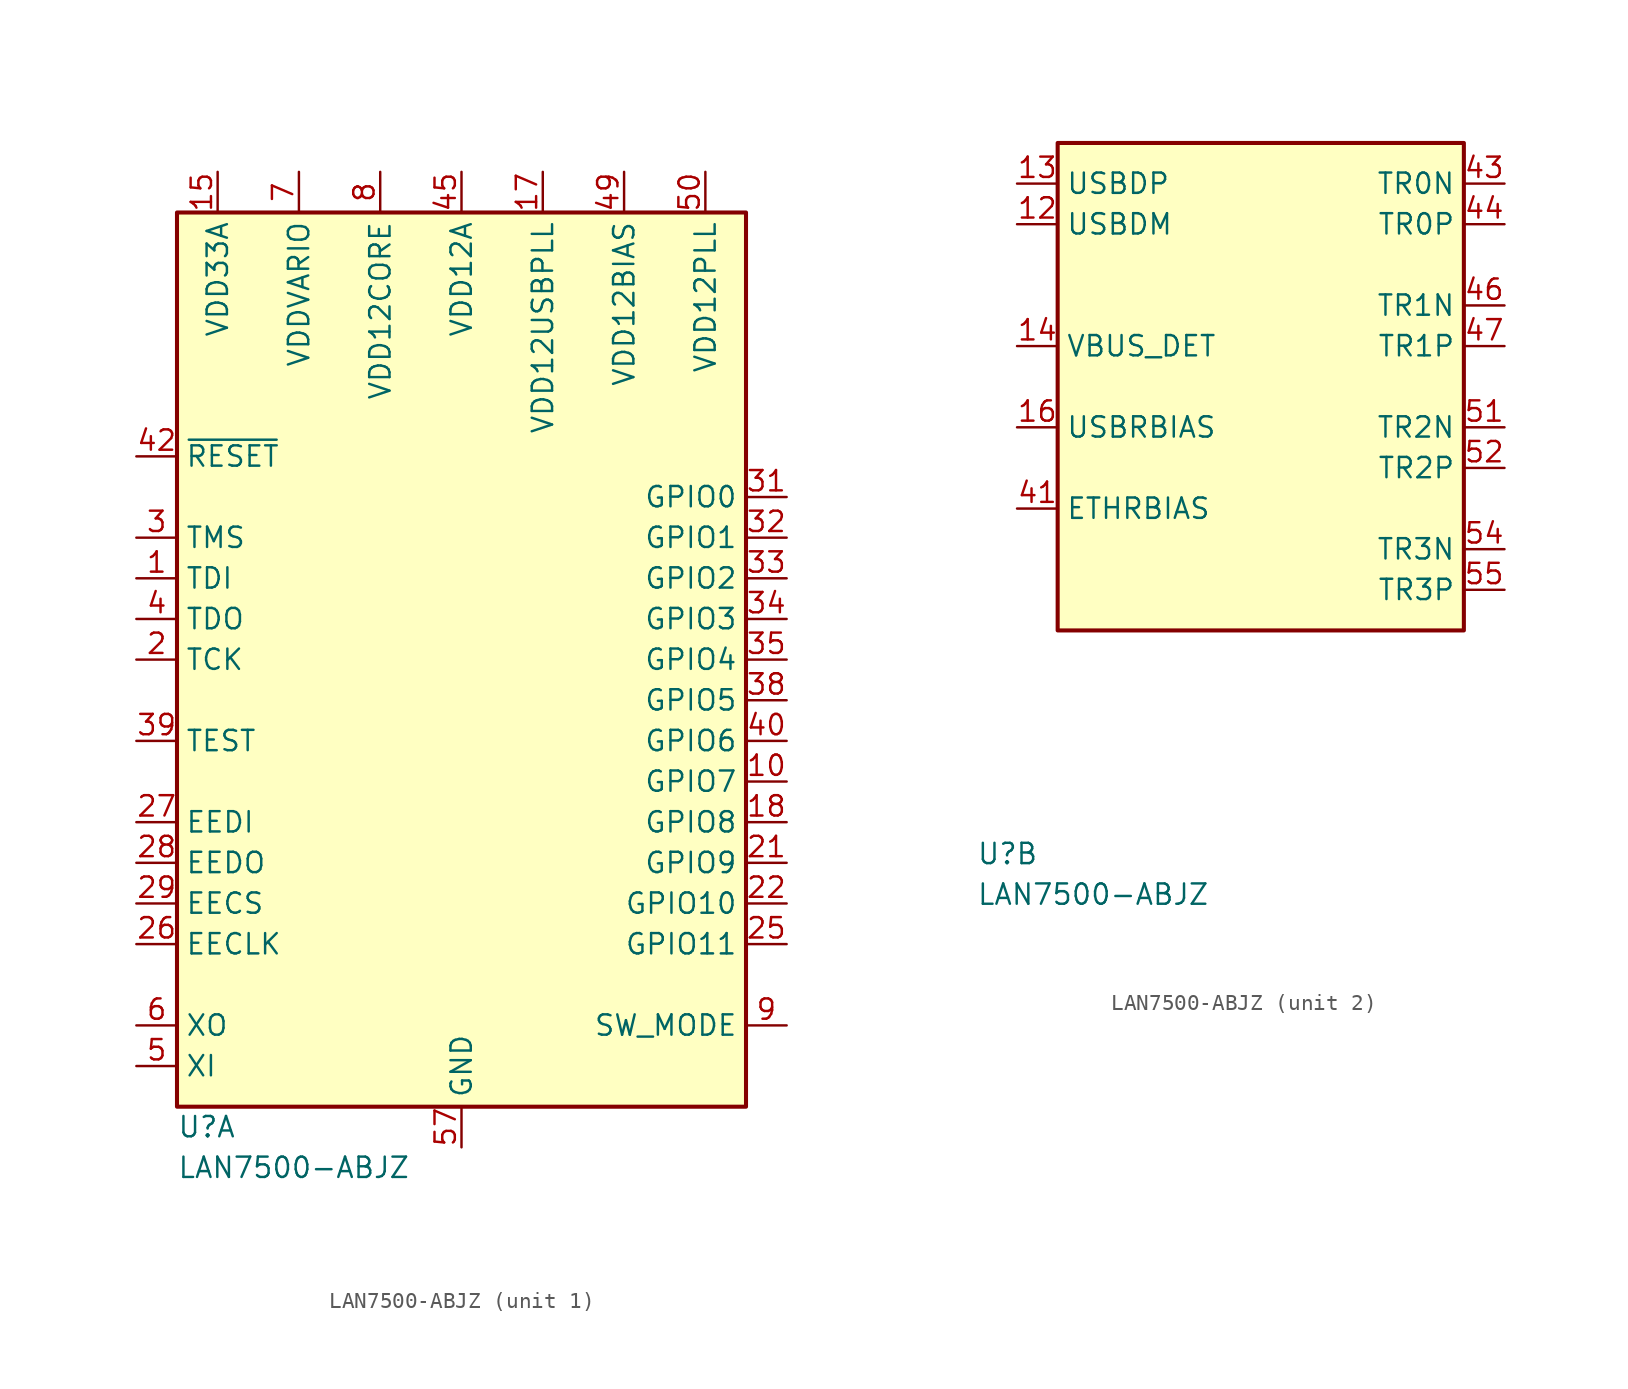
<source format=kicad_sym>
(kicad_symbol_lib
  (version 20211014)
  (generator kicad_symbol_editor)
  (symbol "LAN7500-ABJZ"
    (property "Reference" "U"
      (at -17.78 -29.21 0)
      (effects (font (size 1.27 1.27)) (justify left)))
    (property "Value" "LAN7500-ABJZ"
      (at -17.78 -31.75 0)
      (effects (font (size 1.27 1.27)) (justify left)))
    (property "ki_locked" ""
      (at 0 0 0)
      (effects (font (size 1.27 1.27))))
    (symbol "LAN7500-ABJZ_1_1"
      (rectangle (start -17.78 27.94) (end 17.78 -27.94) (stroke (width 0.254) (type default) (color 0 0 0 0)) (fill (type background)))
      (pin input line (at -20.32 5.08 0) (length 2.54) (name "TDI" (effects (font (size 1.27 1.27)))) (number "1" (effects (font (size 1.27 1.27)))))
      (pin bidirectional line (at 20.32 -7.62 180) (length 2.54) (name "GPIO7" (effects (font (size 1.27 1.27)))) (number "10" (effects (font (size 1.27 1.27)))))
      (pin passive line (at -5.08 30.48 270) (length 2.54) hide (name "VDD12CORE" (effects (font (size 1.27 1.27)))) (number "11" (effects (font (size 1.27 1.27)))))
      (pin power_in line (at -15.24 30.48 270) (length 2.54) (name "VDD33A" (effects (font (size 1.27 1.27)))) (number "15" (effects (font (size 1.27 1.27)))))
      (pin power_in line (at 5.08 30.48 270) (length 2.54) (name "VDD12USBPLL" (effects (font (size 1.27 1.27)))) (number "17" (effects (font (size 1.27 1.27)))))
      (pin bidirectional line (at 20.32 -10.16 180) (length 2.54) (name "GPIO8" (effects (font (size 1.27 1.27)))) (number "18" (effects (font (size 1.27 1.27)))))
      (pin passive line (at -10.16 30.48 270) (length 2.54) hide (name "VDDVARIO" (effects (font (size 1.27 1.27)))) (number "19" (effects (font (size 1.27 1.27)))))
      (pin input line (at -20.32 0 0) (length 2.54) (name "TCK" (effects (font (size 1.27 1.27)))) (number "2" (effects (font (size 1.27 1.27)))))
      (pin passive line (at -5.08 30.48 270) (length 2.54) hide (name "VDD12CORE" (effects (font (size 1.27 1.27)))) (number "20" (effects (font (size 1.27 1.27)))))
      (pin bidirectional line (at 20.32 -12.7 180) (length 2.54) (name "GPIO9" (effects (font (size 1.27 1.27)))) (number "21" (effects (font (size 1.27 1.27)))))
      (pin bidirectional line (at 20.32 -15.24 180) (length 2.54) (name "GPIO10" (effects (font (size 1.27 1.27)))) (number "22" (effects (font (size 1.27 1.27)))))
      (pin passive line (at -5.08 30.48 270) (length 2.54) hide (name "VDD12CORE" (effects (font (size 1.27 1.27)))) (number "23" (effects (font (size 1.27 1.27)))))
      (pin passive line (at -10.16 30.48 270) (length 2.54) hide (name "VDDVARIO" (effects (font (size 1.27 1.27)))) (number "24" (effects (font (size 1.27 1.27)))))
      (pin bidirectional line (at 20.32 -17.78 180) (length 2.54) (name "GPIO11" (effects (font (size 1.27 1.27)))) (number "25" (effects (font (size 1.27 1.27)))))
      (pin output line (at -20.32 -17.78 0) (length 2.54) (name "EECLK" (effects (font (size 1.27 1.27)))) (number "26" (effects (font (size 1.27 1.27)))))
      (pin input line (at -20.32 -10.16 0) (length 2.54) (name "EEDI" (effects (font (size 1.27 1.27)))) (number "27" (effects (font (size 1.27 1.27)))))
      (pin output line (at -20.32 -12.7 0) (length 2.54) (name "EEDO" (effects (font (size 1.27 1.27)))) (number "28" (effects (font (size 1.27 1.27)))))
      (pin output line (at -20.32 -15.24 0) (length 2.54) (name "EECS" (effects (font (size 1.27 1.27)))) (number "29" (effects (font (size 1.27 1.27)))))
      (pin input line (at -20.32 7.62 0) (length 2.54) (name "TMS" (effects (font (size 1.27 1.27)))) (number "3" (effects (font (size 1.27 1.27)))))
      (pin passive line (at -5.08 30.48 270) (length 2.54) hide (name "VDD12CORE" (effects (font (size 1.27 1.27)))) (number "30" (effects (font (size 1.27 1.27)))))
      (pin bidirectional line (at 20.32 10.16 180) (length 2.54) (name "GPIO0" (effects (font (size 1.27 1.27)))) (number "31" (effects (font (size 1.27 1.27)))))
      (pin bidirectional line (at 20.32 7.62 180) (length 2.54) (name "GPIO1" (effects (font (size 1.27 1.27)))) (number "32" (effects (font (size 1.27 1.27)))))
      (pin bidirectional line (at 20.32 5.08 180) (length 2.54) (name "GPIO2" (effects (font (size 1.27 1.27)))) (number "33" (effects (font (size 1.27 1.27)))))
      (pin bidirectional line (at 20.32 2.54 180) (length 2.54) (name "GPIO3" (effects (font (size 1.27 1.27)))) (number "34" (effects (font (size 1.27 1.27)))))
      (pin bidirectional line (at 20.32 0 180) (length 2.54) (name "GPIO4" (effects (font (size 1.27 1.27)))) (number "35" (effects (font (size 1.27 1.27)))))
      (pin passive line (at -5.08 30.48 270) (length 2.54) hide (name "VDD12CORE" (effects (font (size 1.27 1.27)))) (number "36" (effects (font (size 1.27 1.27)))))
      (pin passive line (at -10.16 30.48 270) (length 2.54) hide (name "VDDVARIO" (effects (font (size 1.27 1.27)))) (number "37" (effects (font (size 1.27 1.27)))))
      (pin bidirectional line (at 20.32 -2.54 180) (length 2.54) (name "GPIO5" (effects (font (size 1.27 1.27)))) (number "38" (effects (font (size 1.27 1.27)))))
      (pin input line (at -20.32 -5.08 0) (length 2.54) (name "TEST" (effects (font (size 1.27 1.27)))) (number "39" (effects (font (size 1.27 1.27)))))
      (pin output line (at -20.32 2.54 0) (length 2.54) (name "TDO" (effects (font (size 1.27 1.27)))) (number "4" (effects (font (size 1.27 1.27)))))
      (pin bidirectional line (at 20.32 -5.08 180) (length 2.54) (name "GPIO6" (effects (font (size 1.27 1.27)))) (number "40" (effects (font (size 1.27 1.27)))))
      (pin input line (at -20.32 12.7 0) (length 2.54) (name "~{RESET}" (effects (font (size 1.27 1.27)))) (number "42" (effects (font (size 1.27 1.27)))))
      (pin power_in line (at 0 30.48 270) (length 2.54) (name "VDD12A" (effects (font (size 1.27 1.27)))) (number "45" (effects (font (size 1.27 1.27)))))
      (pin passive line (at 0 30.48 270) (length 2.54) hide (name "VDD12A" (effects (font (size 1.27 1.27)))) (number "48" (effects (font (size 1.27 1.27)))))
      (pin power_in line (at 10.16 30.48 270) (length 2.54) (name "VDD12BIAS" (effects (font (size 1.27 1.27)))) (number "49" (effects (font (size 1.27 1.27)))))
      (pin input line (at -20.32 -25.4 0) (length 2.54) (name "XI" (effects (font (size 1.27 1.27)))) (number "5" (effects (font (size 1.27 1.27)))))
      (pin power_in line (at 15.24 30.48 270) (length 2.54) (name "VDD12PLL" (effects (font (size 1.27 1.27)))) (number "50" (effects (font (size 1.27 1.27)))))
      (pin passive line (at 0 30.48 270) (length 2.54) hide (name "VDD12A" (effects (font (size 1.27 1.27)))) (number "53" (effects (font (size 1.27 1.27)))))
      (pin passive line (at 0 30.48 270) (length 2.54) hide (name "VDD12A" (effects (font (size 1.27 1.27)))) (number "56" (effects (font (size 1.27 1.27)))))
      (pin power_in line (at 0 -30.48 90) (length 2.54) (name "GND" (effects (font (size 1.27 1.27)))) (number "57" (effects (font (size 1.27 1.27)))))
      (pin output line (at -20.32 -22.86 0) (length 2.54) (name "XO" (effects (font (size 1.27 1.27)))) (number "6" (effects (font (size 1.27 1.27)))))
      (pin power_in line (at -10.16 30.48 270) (length 2.54) (name "VDDVARIO" (effects (font (size 1.27 1.27)))) (number "7" (effects (font (size 1.27 1.27)))))
      (pin power_in line (at -5.08 30.48 270) (length 2.54) (name "VDD12CORE" (effects (font (size 1.27 1.27)))) (number "8" (effects (font (size 1.27 1.27)))))
      (pin output line (at 20.32 -22.86 180) (length 2.54) (name "SW_MODE" (effects (font (size 1.27 1.27)))) (number "9" (effects (font (size 1.27 1.27))))))
    (symbol "LAN7500-ABJZ_2_1"
      (rectangle (start 12.7 -15.24) (end -12.7 15.24) (stroke (width 0.254) (type default) (color 0 0 0 0)) (fill (type background)))
      (pin bidirectional line (at -15.24 10.16 0) (length 2.54) (name "USBDM" (effects (font (size 1.27 1.27)))) (number "12" (effects (font (size 1.27 1.27)))))
      (pin bidirectional line (at -15.24 12.7 0) (length 2.54) (name "USBDP" (effects (font (size 1.27 1.27)))) (number "13" (effects (font (size 1.27 1.27)))))
      (pin input line (at -15.24 2.54 0) (length 2.54) (name "VBUS_DET" (effects (font (size 1.27 1.27)))) (number "14" (effects (font (size 1.27 1.27)))))
      (pin passive line (at -15.24 -2.54 0) (length 2.54) (name "USBRBIAS" (effects (font (size 1.27 1.27)))) (number "16" (effects (font (size 1.27 1.27)))))
      (pin passive line (at -15.24 -7.62 0) (length 2.54) (name "ETHRBIAS" (effects (font (size 1.27 1.27)))) (number "41" (effects (font (size 1.27 1.27)))))
      (pin bidirectional line (at 15.24 12.7 180) (length 2.54) (name "TR0N" (effects (font (size 1.27 1.27)))) (number "43" (effects (font (size 1.27 1.27)))))
      (pin bidirectional line (at 15.24 10.16 180) (length 2.54) (name "TR0P" (effects (font (size 1.27 1.27)))) (number "44" (effects (font (size 1.27 1.27)))))
      (pin bidirectional line (at 15.24 5.08 180) (length 2.54) (name "TR1N" (effects (font (size 1.27 1.27)))) (number "46" (effects (font (size 1.27 1.27)))))
      (pin bidirectional line (at 15.24 2.54 180) (length 2.54) (name "TR1P" (effects (font (size 1.27 1.27)))) (number "47" (effects (font (size 1.27 1.27)))))
      (pin bidirectional line (at 15.24 -2.54 180) (length 2.54) (name "TR2N" (effects (font (size 1.27 1.27)))) (number "51" (effects (font (size 1.27 1.27)))))
      (pin bidirectional line (at 15.24 -5.08 180) (length 2.54) (name "TR2P" (effects (font (size 1.27 1.27)))) (number "52" (effects (font (size 1.27 1.27)))))
      (pin bidirectional line (at 15.24 -10.16 180) (length 2.54) (name "TR3N" (effects (font (size 1.27 1.27)))) (number "54" (effects (font (size 1.27 1.27)))))
      (pin bidirectional line (at 15.24 -12.7 180) (length 2.54) (name "TR3P" (effects (font (size 1.27 1.27)))) (number "55" (effects (font (size 1.27 1.27))))))))
</source>
